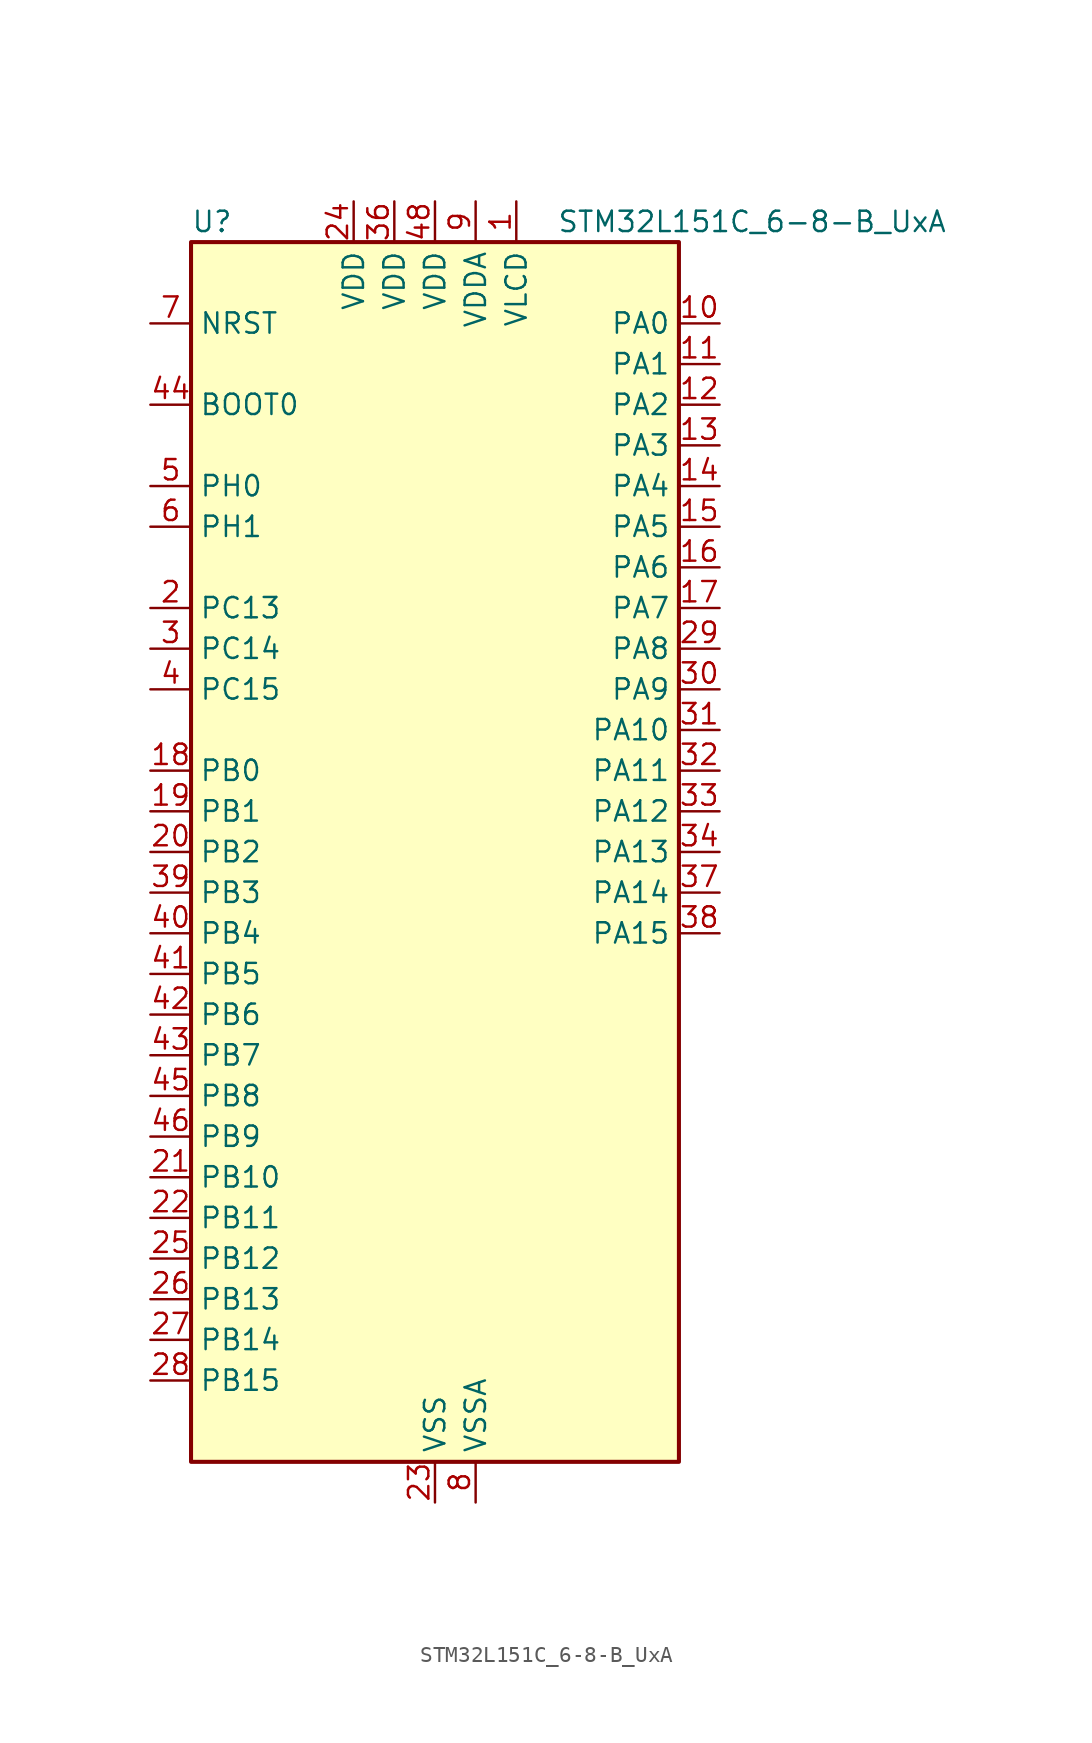
<source format=kicad_sym>
(kicad_symbol_lib
  (version 20241209)
  (generator "kicad_symbol_editor")
  (generator_version "9.0")
  (symbol "STM32L151C_6-8-B_UxA"
    (property "Reference" "U"
      (at -15.24 39.37 0)
      (effects (font (size 1.27 1.27)) (justify left)))
    (property "Value" "STM32L151C_6-8-B_UxA"
      (at 7.62 39.37 0)
      (effects (font (size 1.27 1.27)) (justify left)))
    (symbol "STM32L151C_6-8-B_UxA_0_1"
      (rectangle (start -15.24 -38.1) (end 15.24 38.1) (stroke (width 0.254) (type default)) (fill (type background))))
    (symbol "STM32L151C_6-8-B_UxA_1_1"
      (pin input line (at -17.78 33.02 0) (length 2.54) (name "NRST" (effects (font (size 1.27 1.27)))) (number "7" (effects (font (size 1.27 1.27)))))
      (pin input line (at -17.78 27.94 0) (length 2.54) (name "BOOT0" (effects (font (size 1.27 1.27)))) (number "44" (effects (font (size 1.27 1.27)))))
      (pin bidirectional line (at -17.78 22.86 0) (length 2.54) (name "PH0" (effects (font (size 1.27 1.27)))) (number "5" (effects (font (size 1.27 1.27)))) (alternate "RCC_OSC_IN" bidirectional line))
      (pin bidirectional line (at -17.78 20.32 0) (length 2.54) (name "PH1" (effects (font (size 1.27 1.27)))) (number "6" (effects (font (size 1.27 1.27)))) (alternate "RCC_OSC_OUT" bidirectional line))
      (pin bidirectional line (at -17.78 15.24 0) (length 2.54) (name "PC13" (effects (font (size 1.27 1.27)))) (number "2" (effects (font (size 1.27 1.27)))) (alternate "RTC_OUT_ALARM" bidirectional line) (alternate "RTC_OUT_CALIB" bidirectional line) (alternate "RTC_TAMP1" bidirectional line) (alternate "RTC_TS" bidirectional line) (alternate "SYS_WKUP2" bidirectional line) (alternate "TIMX_IC2" bidirectional line))
      (pin bidirectional line (at -17.78 12.7 0) (length 2.54) (name "PC14" (effects (font (size 1.27 1.27)))) (number "3" (effects (font (size 1.27 1.27)))) (alternate "RCC_OSC32_IN" bidirectional line) (alternate "TIMX_IC3" bidirectional line))
      (pin bidirectional line (at -17.78 10.16 0) (length 2.54) (name "PC15" (effects (font (size 1.27 1.27)))) (number "4" (effects (font (size 1.27 1.27)))) (alternate "ADC_EXTI15" bidirectional line) (alternate "RCC_OSC32_OUT" bidirectional line) (alternate "TIMX_IC4" bidirectional line))
      (pin bidirectional line (at -17.78 5.08 0) (length 2.54) (name "PB0" (effects (font (size 1.27 1.27)))) (number "18" (effects (font (size 1.27 1.27)))) (alternate "ADC_IN8" bidirectional line) (alternate "COMP1_INP" bidirectional line) (alternate "SYS_V_REF_OUT" bidirectional line) (alternate "TIM3_CH3" bidirectional line) (alternate "TS_G3_IO1" bidirectional line))
      (pin bidirectional line (at -17.78 2.54 0) (length 2.54) (name "PB1" (effects (font (size 1.27 1.27)))) (number "19" (effects (font (size 1.27 1.27)))) (alternate "ADC_IN9" bidirectional line) (alternate "COMP1_INP" bidirectional line) (alternate "SYS_V_REF_OUT" bidirectional line) (alternate "TIM3_CH4" bidirectional line) (alternate "TS_G3_IO2" bidirectional line))
      (pin bidirectional line (at -17.78 0 0) (length 2.54) (name "PB2" (effects (font (size 1.27 1.27)))) (number "20" (effects (font (size 1.27 1.27)))) (alternate "TS_G3_IO3" bidirectional line))
      (pin bidirectional line (at -17.78 -2.54 0) (length 2.54) (name "PB3" (effects (font (size 1.27 1.27)))) (number "39" (effects (font (size 1.27 1.27)))) (alternate "COMP2_INM" bidirectional line) (alternate "SPI1_SCK" bidirectional line) (alternate "SYS_JTDO-TRACESWO" bidirectional line) (alternate "TIM2_CH2" bidirectional line))
      (pin bidirectional line (at -17.78 -5.08 0) (length 2.54) (name "PB4" (effects (font (size 1.27 1.27)))) (number "40" (effects (font (size 1.27 1.27)))) (alternate "COMP2_INP" bidirectional line) (alternate "SPI1_MISO" bidirectional line) (alternate "SYS_JTRST" bidirectional line) (alternate "TIM3_CH1" bidirectional line) (alternate "TS_G6_IO1" bidirectional line))
      (pin bidirectional line (at -17.78 -7.62 0) (length 2.54) (name "PB5" (effects (font (size 1.27 1.27)))) (number "41" (effects (font (size 1.27 1.27)))) (alternate "COMP2_INP" bidirectional line) (alternate "I2C1_SMBA" bidirectional line) (alternate "SPI1_MOSI" bidirectional line) (alternate "TIM3_CH2" bidirectional line) (alternate "TS_G6_IO2" bidirectional line))
      (pin bidirectional line (at -17.78 -10.16 0) (length 2.54) (name "PB6" (effects (font (size 1.27 1.27)))) (number "42" (effects (font (size 1.27 1.27)))) (alternate "I2C1_SCL" bidirectional line) (alternate "TIM4_CH1" bidirectional line) (alternate "TS_G6_IO3" bidirectional line) (alternate "USART1_TX" bidirectional line))
      (pin bidirectional line (at -17.78 -12.7 0) (length 2.54) (name "PB7" (effects (font (size 1.27 1.27)))) (number "43" (effects (font (size 1.27 1.27)))) (alternate "I2C1_SDA" bidirectional line) (alternate "SYS_PVD_IN" bidirectional line) (alternate "TIM4_CH2" bidirectional line) (alternate "TS_G6_IO4" bidirectional line) (alternate "USART1_RX" bidirectional line))
      (pin bidirectional line (at -17.78 -15.24 0) (length 2.54) (name "PB8" (effects (font (size 1.27 1.27)))) (number "45" (effects (font (size 1.27 1.27)))) (alternate "I2C1_SCL" bidirectional line) (alternate "TIM10_CH1" bidirectional line) (alternate "TIM4_CH3" bidirectional line))
      (pin bidirectional line (at -17.78 -17.78 0) (length 2.54) (name "PB9" (effects (font (size 1.27 1.27)))) (number "46" (effects (font (size 1.27 1.27)))) (alternate "DAC_EXTI9" bidirectional line) (alternate "I2C1_SDA" bidirectional line) (alternate "TIM11_CH1" bidirectional line) (alternate "TIM4_CH4" bidirectional line))
      (pin bidirectional line (at -17.78 -20.32 0) (length 2.54) (name "PB10" (effects (font (size 1.27 1.27)))) (number "21" (effects (font (size 1.27 1.27)))) (alternate "I2C2_SCL" bidirectional line) (alternate "TIM2_CH3" bidirectional line) (alternate "USART3_TX" bidirectional line))
      (pin bidirectional line (at -17.78 -22.86 0) (length 2.54) (name "PB11" (effects (font (size 1.27 1.27)))) (number "22" (effects (font (size 1.27 1.27)))) (alternate "ADC_EXTI11" bidirectional line) (alternate "I2C2_SDA" bidirectional line) (alternate "TIM2_CH4" bidirectional line) (alternate "USART3_RX" bidirectional line))
      (pin bidirectional line (at -17.78 -25.4 0) (length 2.54) (name "PB12" (effects (font (size 1.27 1.27)))) (number "25" (effects (font (size 1.27 1.27)))) (alternate "ADC_IN18" bidirectional line) (alternate "COMP1_INP" bidirectional line) (alternate "I2C2_SMBA" bidirectional line) (alternate "SPI2_NSS" bidirectional line) (alternate "TIM10_CH1" bidirectional line) (alternate "TS_G7_IO1" bidirectional line) (alternate "USART3_CK" bidirectional line))
      (pin bidirectional line (at -17.78 -27.94 0) (length 2.54) (name "PB13" (effects (font (size 1.27 1.27)))) (number "26" (effects (font (size 1.27 1.27)))) (alternate "ADC_IN19" bidirectional line) (alternate "COMP1_INP" bidirectional line) (alternate "SPI2_SCK" bidirectional line) (alternate "TIM9_CH1" bidirectional line) (alternate "TS_G7_IO2" bidirectional line) (alternate "USART3_CTS" bidirectional line))
      (pin bidirectional line (at -17.78 -30.48 0) (length 2.54) (name "PB14" (effects (font (size 1.27 1.27)))) (number "27" (effects (font (size 1.27 1.27)))) (alternate "ADC_IN20" bidirectional line) (alternate "COMP1_INP" bidirectional line) (alternate "SPI2_MISO" bidirectional line) (alternate "TIM9_CH2" bidirectional line) (alternate "TS_G7_IO3" bidirectional line) (alternate "USART3_RTS" bidirectional line))
      (pin bidirectional line (at -17.78 -33.02 0) (length 2.54) (name "PB15" (effects (font (size 1.27 1.27)))) (number "28" (effects (font (size 1.27 1.27)))) (alternate "ADC_EXTI15" bidirectional line) (alternate "ADC_IN21" bidirectional line) (alternate "COMP1_INP" bidirectional line) (alternate "RTC_REFIN" bidirectional line) (alternate "SPI2_MOSI" bidirectional line) (alternate "TIM11_CH1" bidirectional line) (alternate "TS_G7_IO4" bidirectional line))
      (pin power_in line (at -5.08 40.64 270) (length 2.54) (name "VDD" (effects (font (size 1.27 1.27)))) (number "24" (effects (font (size 1.27 1.27)))))
      (pin power_in line (at -2.54 40.64 270) (length 2.54) (name "VDD" (effects (font (size 1.27 1.27)))) (number "36" (effects (font (size 1.27 1.27)))))
      (pin power_in line (at 0 40.64 270) (length 2.54) (name "VDD" (effects (font (size 1.27 1.27)))) (number "48" (effects (font (size 1.27 1.27)))))
      (pin power_in line (at 0 -40.64 90) (length 2.54) (name "VSS" (effects (font (size 1.27 1.27)))) (number "23" (effects (font (size 1.27 1.27)))))
      (pin passive line (at 0 -40.64 90) (length 2.54) (hide yes) (name "VSS" (effects (font (size 1.27 1.27)))) (number "35" (effects (font (size 1.27 1.27)))))
      (pin passive line (at 0 -40.64 90) (length 2.54) (hide yes) (name "VSS" (effects (font (size 1.27 1.27)))) (number "47" (effects (font (size 1.27 1.27)))))
      (pin passive line (at 0 -40.64 90) (length 2.54) (hide yes) (name "VSS" (effects (font (size 1.27 1.27)))) (number "49" (effects (font (size 1.27 1.27)))))
      (pin power_in line (at 2.54 40.64 270) (length 2.54) (name "VDDA" (effects (font (size 1.27 1.27)))) (number "9" (effects (font (size 1.27 1.27)))))
      (pin power_in line (at 2.54 -40.64 90) (length 2.54) (name "VSSA" (effects (font (size 1.27 1.27)))) (number "8" (effects (font (size 1.27 1.27)))))
      (pin power_in line (at 5.08 40.64 270) (length 2.54) (name "VLCD" (effects (font (size 1.27 1.27)))) (number "1" (effects (font (size 1.27 1.27)))))
      (pin bidirectional line (at 17.78 33.02 180) (length 2.54) (name "PA0" (effects (font (size 1.27 1.27)))) (number "10" (effects (font (size 1.27 1.27)))) (alternate "ADC_IN0" bidirectional line) (alternate "COMP1_INP" bidirectional line) (alternate "RTC_TAMP2" bidirectional line) (alternate "SYS_WKUP1" bidirectional line) (alternate "TIM2_CH1" bidirectional line) (alternate "TIM2_ETR" bidirectional line) (alternate "TIMX_IC1" bidirectional line) (alternate "TS_G1_IO1" bidirectional line) (alternate "USART2_CTS" bidirectional line))
      (pin bidirectional line (at 17.78 30.48 180) (length 2.54) (name "PA1" (effects (font (size 1.27 1.27)))) (number "11" (effects (font (size 1.27 1.27)))) (alternate "ADC_IN1" bidirectional line) (alternate "COMP1_INP" bidirectional line) (alternate "TIM2_CH2" bidirectional line) (alternate "TIMX_IC2" bidirectional line) (alternate "TS_G1_IO2" bidirectional line) (alternate "USART2_RTS" bidirectional line))
      (pin bidirectional line (at 17.78 27.94 180) (length 2.54) (name "PA2" (effects (font (size 1.27 1.27)))) (number "12" (effects (font (size 1.27 1.27)))) (alternate "ADC_IN2" bidirectional line) (alternate "COMP1_INP" bidirectional line) (alternate "TIM2_CH3" bidirectional line) (alternate "TIM9_CH1" bidirectional line) (alternate "TIMX_IC3" bidirectional line) (alternate "TS_G1_IO3" bidirectional line) (alternate "USART2_TX" bidirectional line))
      (pin bidirectional line (at 17.78 25.4 180) (length 2.54) (name "PA3" (effects (font (size 1.27 1.27)))) (number "13" (effects (font (size 1.27 1.27)))) (alternate "ADC_IN3" bidirectional line) (alternate "COMP1_INP" bidirectional line) (alternate "TIM2_CH4" bidirectional line) (alternate "TIM9_CH2" bidirectional line) (alternate "TIMX_IC4" bidirectional line) (alternate "TS_G1_IO4" bidirectional line) (alternate "USART2_RX" bidirectional line))
      (pin bidirectional line (at 17.78 22.86 180) (length 2.54) (name "PA4" (effects (font (size 1.27 1.27)))) (number "14" (effects (font (size 1.27 1.27)))) (alternate "ADC_IN4" bidirectional line) (alternate "COMP1_INP" bidirectional line) (alternate "DAC_OUT1" bidirectional line) (alternate "SPI1_NSS" bidirectional line) (alternate "TIMX_IC1" bidirectional line) (alternate "USART2_CK" bidirectional line))
      (pin bidirectional line (at 17.78 20.32 180) (length 2.54) (name "PA5" (effects (font (size 1.27 1.27)))) (number "15" (effects (font (size 1.27 1.27)))) (alternate "ADC_IN5" bidirectional line) (alternate "COMP1_INP" bidirectional line) (alternate "DAC_OUT2" bidirectional line) (alternate "SPI1_SCK" bidirectional line) (alternate "TIM2_CH1" bidirectional line) (alternate "TIM2_ETR" bidirectional line) (alternate "TIMX_IC2" bidirectional line))
      (pin bidirectional line (at 17.78 17.78 180) (length 2.54) (name "PA6" (effects (font (size 1.27 1.27)))) (number "16" (effects (font (size 1.27 1.27)))) (alternate "ADC_IN6" bidirectional line) (alternate "COMP1_INP" bidirectional line) (alternate "SPI1_MISO" bidirectional line) (alternate "TIM10_CH1" bidirectional line) (alternate "TIM3_CH1" bidirectional line) (alternate "TIMX_IC3" bidirectional line) (alternate "TS_G2_IO1" bidirectional line))
      (pin bidirectional line (at 17.78 15.24 180) (length 2.54) (name "PA7" (effects (font (size 1.27 1.27)))) (number "17" (effects (font (size 1.27 1.27)))) (alternate "ADC_IN7" bidirectional line) (alternate "COMP1_INP" bidirectional line) (alternate "SPI1_MOSI" bidirectional line) (alternate "TIM11_CH1" bidirectional line) (alternate "TIM3_CH2" bidirectional line) (alternate "TIMX_IC4" bidirectional line) (alternate "TS_G2_IO2" bidirectional line))
      (pin bidirectional line (at 17.78 12.7 180) (length 2.54) (name "PA8" (effects (font (size 1.27 1.27)))) (number "29" (effects (font (size 1.27 1.27)))) (alternate "RCC_MCO" bidirectional line) (alternate "TIMX_IC1" bidirectional line) (alternate "TS_G4_IO1" bidirectional line) (alternate "USART1_CK" bidirectional line))
      (pin bidirectional line (at 17.78 10.16 180) (length 2.54) (name "PA9" (effects (font (size 1.27 1.27)))) (number "30" (effects (font (size 1.27 1.27)))) (alternate "DAC_EXTI9" bidirectional line) (alternate "TIMX_IC2" bidirectional line) (alternate "TS_G4_IO2" bidirectional line) (alternate "USART1_TX" bidirectional line))
      (pin bidirectional line (at 17.78 7.62 180) (length 2.54) (name "PA10" (effects (font (size 1.27 1.27)))) (number "31" (effects (font (size 1.27 1.27)))) (alternate "TIMX_IC3" bidirectional line) (alternate "TS_G4_IO3" bidirectional line) (alternate "USART1_RX" bidirectional line))
      (pin bidirectional line (at 17.78 5.08 180) (length 2.54) (name "PA11" (effects (font (size 1.27 1.27)))) (number "32" (effects (font (size 1.27 1.27)))) (alternate "ADC_EXTI11" bidirectional line) (alternate "SPI1_MISO" bidirectional line) (alternate "TIMX_IC4" bidirectional line) (alternate "USART1_CTS" bidirectional line) (alternate "USB_DM" bidirectional line))
      (pin bidirectional line (at 17.78 2.54 180) (length 2.54) (name "PA12" (effects (font (size 1.27 1.27)))) (number "33" (effects (font (size 1.27 1.27)))) (alternate "SPI1_MOSI" bidirectional line) (alternate "TIMX_IC1" bidirectional line) (alternate "USART1_RTS" bidirectional line) (alternate "USB_DP" bidirectional line))
      (pin bidirectional line (at 17.78 0 180) (length 2.54) (name "PA13" (effects (font (size 1.27 1.27)))) (number "34" (effects (font (size 1.27 1.27)))) (alternate "SYS_JTMS-SWDIO" bidirectional line) (alternate "TIMX_IC2" bidirectional line) (alternate "TS_G5_IO1" bidirectional line))
      (pin bidirectional line (at 17.78 -2.54 180) (length 2.54) (name "PA14" (effects (font (size 1.27 1.27)))) (number "37" (effects (font (size 1.27 1.27)))) (alternate "SYS_JTCK-SWCLK" bidirectional line) (alternate "TIMX_IC3" bidirectional line) (alternate "TS_G5_IO2" bidirectional line))
      (pin bidirectional line (at 17.78 -5.08 180) (length 2.54) (name "PA15" (effects (font (size 1.27 1.27)))) (number "38" (effects (font (size 1.27 1.27)))) (alternate "ADC_EXTI15" bidirectional line) (alternate "SPI1_NSS" bidirectional line) (alternate "SYS_JTDI" bidirectional line) (alternate "TIM2_CH1" bidirectional line) (alternate "TIM2_ETR" bidirectional line) (alternate "TIMX_IC4" bidirectional line) (alternate "TS_G5_IO3" bidirectional line)))))
</source>
